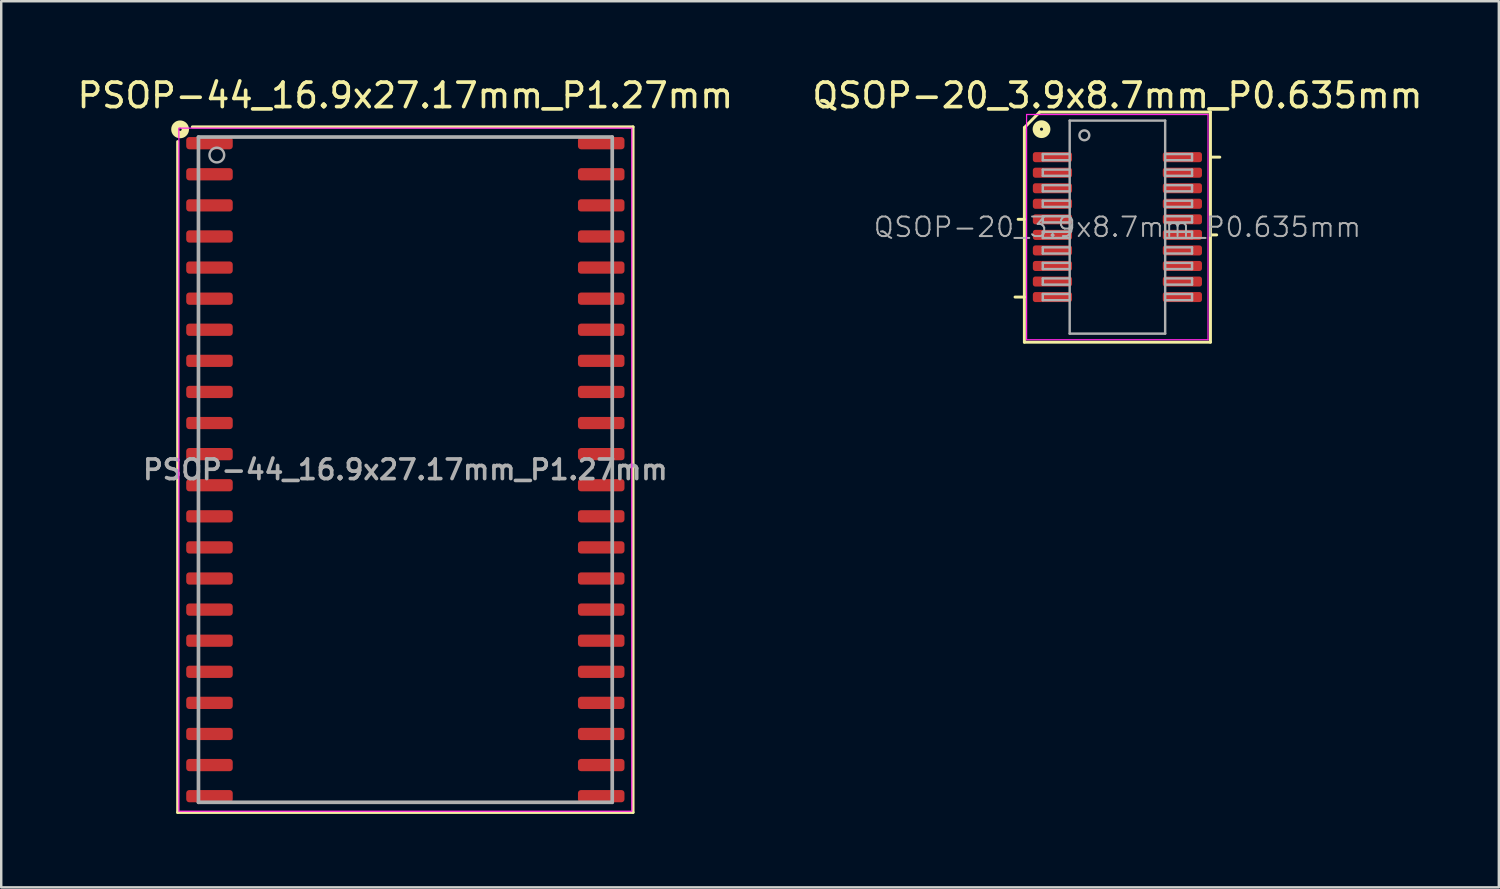
<source format=kicad_pcb>
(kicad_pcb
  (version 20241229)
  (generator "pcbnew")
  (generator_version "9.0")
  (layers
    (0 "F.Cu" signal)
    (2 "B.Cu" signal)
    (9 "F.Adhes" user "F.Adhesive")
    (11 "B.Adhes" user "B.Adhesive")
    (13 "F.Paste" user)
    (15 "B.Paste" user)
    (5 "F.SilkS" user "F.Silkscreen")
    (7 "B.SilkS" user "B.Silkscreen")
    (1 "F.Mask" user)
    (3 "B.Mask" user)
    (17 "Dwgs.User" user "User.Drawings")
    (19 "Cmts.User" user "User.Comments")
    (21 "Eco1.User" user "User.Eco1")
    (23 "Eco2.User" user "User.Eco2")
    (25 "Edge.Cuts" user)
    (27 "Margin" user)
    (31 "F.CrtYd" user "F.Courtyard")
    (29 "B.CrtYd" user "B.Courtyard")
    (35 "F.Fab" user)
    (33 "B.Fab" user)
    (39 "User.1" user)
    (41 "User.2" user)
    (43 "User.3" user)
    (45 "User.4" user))
  (footprint "PSOP-44_16.9x27.17mm_P1.27mm"
    (layer "F.Cu")
    (at 13.506 16.133)
    (property "Reference" "PSOP-44_16.9x27.17mm_P1.27mm" (at 0 -15.285 0) (layer "F.SilkS") (effects (font (size 1 1) (thickness 0.15))))
    (attr smd)
    (fp_line (start -9.3 -13.4) (end -9.3 14) (stroke (width 0.12) (type solid)) (layer "F.SilkS"))
    (fp_line (start -9.3 14) (end 9.3 14) (stroke (width 0.12) (type solid)) (layer "F.SilkS"))
    (fp_line (start 9.3 -14) (end -8.7 -14) (stroke (width 0.12) (type solid)) (layer "F.SilkS"))
    (fp_line (start 9.3 14) (end 9.3 -14) (stroke (width 0.12) (type solid)) (layer "F.SilkS"))
    (fp_circle (center -9.2 -13.9) (end -9.136 -13.9) (stroke (width 0.3) (type solid)) (fill no) (layer "F.SilkS"))
    (fp_rect (start -9.25 -13.95) (end 9.25 13.95) (stroke (width 0.05) (type solid)) (fill no) (layer "F.CrtYd"))
    (fp_line (start -8.45 -13.585) (end 8.45 -13.585) (stroke (width 0.15) (type solid)) (layer "F.Fab"))
    (fp_line (start -8.45 13.585) (end -8.45 -13.585) (stroke (width 0.15) (type solid)) (layer "F.Fab"))
    (fp_line (start 8.45 -13.585) (end 8.45 13.585) (stroke (width 0.15) (type solid)) (layer "F.Fab"))
    (fp_line (start 8.45 13.585) (end -8.45 13.585) (stroke (width 0.15) (type solid)) (layer "F.Fab"))
    (fp_circle (center -7.7 -12.85) (end -7.4 -12.85) (stroke (width 0.1) (type solid)) (fill no) (layer "F.Fab"))
    (fp_text user "${REFERENCE}" (at 0 0 0) (layer "F.Fab") (effects (font (size 0.8 0.8) (thickness 0.15))))
    (pad "1" smd roundrect (at -8 -13.335 270) (size 0.5 1.9) (layers "F.Cu" "F.Mask" "F.Paste") (roundrect_rratio 0.25))
    (pad "2" smd roundrect (at -8 -12.065 270) (size 0.5 1.9) (layers "F.Cu" "F.Mask" "F.Paste") (roundrect_rratio 0.25))
    (pad "3" smd roundrect (at -8 -10.795 270) (size 0.5 1.9) (layers "F.Cu" "F.Mask" "F.Paste") (roundrect_rratio 0.25))
    (pad "4" smd roundrect (at -8 -9.525 270) (size 0.5 1.9) (layers "F.Cu" "F.Mask" "F.Paste") (roundrect_rratio 0.25))
    (pad "5" smd roundrect (at -8 -8.255 270) (size 0.5 1.9) (layers "F.Cu" "F.Mask" "F.Paste") (roundrect_rratio 0.25))
    (pad "6" smd roundrect (at -8 -6.985 270) (size 0.5 1.9) (layers "F.Cu" "F.Mask" "F.Paste") (roundrect_rratio 0.25))
    (pad "7" smd roundrect (at -8 -5.715 270) (size 0.5 1.9) (layers "F.Cu" "F.Mask" "F.Paste") (roundrect_rratio 0.25))
    (pad "8" smd roundrect (at -8 -4.445 270) (size 0.5 1.9) (layers "F.Cu" "F.Mask" "F.Paste") (roundrect_rratio 0.25))
    (pad "9" smd roundrect (at -8 -3.175 270) (size 0.5 1.9) (layers "F.Cu" "F.Mask" "F.Paste") (roundrect_rratio 0.25))
    (pad "10" smd roundrect (at -8 -1.905 270) (size 0.5 1.9) (layers "F.Cu" "F.Mask" "F.Paste") (roundrect_rratio 0.25))
    (pad "11" smd roundrect (at -8 -0.635 270) (size 0.5 1.9) (layers "F.Cu" "F.Mask" "F.Paste") (roundrect_rratio 0.25))
    (pad "12" smd roundrect (at -8 0.635 270) (size 0.5 1.9) (layers "F.Cu" "F.Mask" "F.Paste") (roundrect_rratio 0.25))
    (pad "13" smd roundrect (at -8 1.905 270) (size 0.5 1.9) (layers "F.Cu" "F.Mask" "F.Paste") (roundrect_rratio 0.25))
    (pad "14" smd roundrect (at -8 3.175 270) (size 0.5 1.9) (layers "F.Cu" "F.Mask" "F.Paste") (roundrect_rratio 0.25))
    (pad "15" smd roundrect (at -8 4.445 270) (size 0.5 1.9) (layers "F.Cu" "F.Mask" "F.Paste") (roundrect_rratio 0.25))
    (pad "16" smd roundrect (at -8 5.715 270) (size 0.5 1.9) (layers "F.Cu" "F.Mask" "F.Paste") (roundrect_rratio 0.25))
    (pad "17" smd roundrect (at -8 6.985 270) (size 0.5 1.9) (layers "F.Cu" "F.Mask" "F.Paste") (roundrect_rratio 0.25))
    (pad "18" smd roundrect (at -8 8.255 270) (size 0.5 1.9) (layers "F.Cu" "F.Mask" "F.Paste") (roundrect_rratio 0.25))
    (pad "19" smd roundrect (at -8 9.525 270) (size 0.5 1.9) (layers "F.Cu" "F.Mask" "F.Paste") (roundrect_rratio 0.25))
    (pad "20" smd roundrect (at -8 10.795 270) (size 0.5 1.9) (layers "F.Cu" "F.Mask" "F.Paste") (roundrect_rratio 0.25))
    (pad "21" smd roundrect (at -8 12.065 270) (size 0.5 1.9) (layers "F.Cu" "F.Mask" "F.Paste") (roundrect_rratio 0.25))
    (pad "22" smd roundrect (at -8 13.335 270) (size 0.5 1.9) (layers "F.Cu" "F.Mask" "F.Paste") (roundrect_rratio 0.25))
    (pad "23" smd roundrect (at 8 13.335 270) (size 0.5 1.9) (layers "F.Cu" "F.Mask" "F.Paste") (roundrect_rratio 0.25))
    (pad "24" smd roundrect (at 8 12.065 270) (size 0.5 1.9) (layers "F.Cu" "F.Mask" "F.Paste") (roundrect_rratio 0.25))
    (pad "25" smd roundrect (at 8 10.795 270) (size 0.5 1.9) (layers "F.Cu" "F.Mask" "F.Paste") (roundrect_rratio 0.25))
    (pad "26" smd roundrect (at 8 9.525 270) (size 0.5 1.9) (layers "F.Cu" "F.Mask" "F.Paste") (roundrect_rratio 0.25))
    (pad "27" smd roundrect (at 8 8.255 270) (size 0.5 1.9) (layers "F.Cu" "F.Mask" "F.Paste") (roundrect_rratio 0.25))
    (pad "28" smd roundrect (at 8 6.985 270) (size 0.5 1.9) (layers "F.Cu" "F.Mask" "F.Paste") (roundrect_rratio 0.25))
    (pad "29" smd roundrect (at 8 5.715 270) (size 0.5 1.9) (layers "F.Cu" "F.Mask" "F.Paste") (roundrect_rratio 0.25))
    (pad "30" smd roundrect (at 8 4.445 270) (size 0.5 1.9) (layers "F.Cu" "F.Mask" "F.Paste") (roundrect_rratio 0.25))
    (pad "31" smd roundrect (at 8 3.175 270) (size 0.5 1.9) (layers "F.Cu" "F.Mask" "F.Paste") (roundrect_rratio 0.25))
    (pad "32" smd roundrect (at 8 1.905 270) (size 0.5 1.9) (layers "F.Cu" "F.Mask" "F.Paste") (roundrect_rratio 0.25))
    (pad "33" smd roundrect (at 8 0.635 270) (size 0.5 1.9) (layers "F.Cu" "F.Mask" "F.Paste") (roundrect_rratio 0.25))
    (pad "34" smd roundrect (at 8 -0.635 270) (size 0.5 1.9) (layers "F.Cu" "F.Mask" "F.Paste") (roundrect_rratio 0.25))
    (pad "35" smd roundrect (at 8 -1.905 270) (size 0.5 1.9) (layers "F.Cu" "F.Mask" "F.Paste") (roundrect_rratio 0.25))
    (pad "36" smd roundrect (at 8 -3.175 270) (size 0.5 1.9) (layers "F.Cu" "F.Mask" "F.Paste") (roundrect_rratio 0.25))
    (pad "37" smd roundrect (at 8 -4.445 270) (size 0.5 1.9) (layers "F.Cu" "F.Mask" "F.Paste") (roundrect_rratio 0.25))
    (pad "38" smd roundrect (at 8 -5.715 270) (size 0.5 1.9) (layers "F.Cu" "F.Mask" "F.Paste") (roundrect_rratio 0.25))
    (pad "39" smd roundrect (at 8 -6.985 270) (size 0.5 1.9) (layers "F.Cu" "F.Mask" "F.Paste") (roundrect_rratio 0.25))
    (pad "40" smd roundrect (at 8 -8.255 270) (size 0.5 1.9) (layers "F.Cu" "F.Mask" "F.Paste") (roundrect_rratio 0.25))
    (pad "41" smd roundrect (at 8 -9.525 270) (size 0.5 1.9) (layers "F.Cu" "F.Mask" "F.Paste") (roundrect_rratio 0.25))
    (pad "42" smd roundrect (at 8 -10.795 270) (size 0.5 1.9) (layers "F.Cu" "F.Mask" "F.Paste") (roundrect_rratio 0.25))
    (pad "43" smd roundrect (at 8 -12.065 270) (size 0.5 1.9) (layers "F.Cu" "F.Mask" "F.Paste") (roundrect_rratio 0.25))
    (pad "44" smd roundrect (at 8 -13.335 270) (size 0.5 1.9) (layers "F.Cu" "F.Mask" "F.Paste") (roundrect_rratio 0.25)))
  (footprint "QSOP-20_3.9x8.7mm_P0.635mm"
    (layer "F.Cu")
    (at 42.589 6.226)
    (property "Reference" "QSOP-20_3.9x8.7mm_P0.635mm" (at 0 -5.378 0) (layer "F.SilkS") (effects (font (size 1 1) (thickness 0.15))))
    (attr smd)
    (fp_line (start -3.8 -4.064) (end -3.8 4.7) (stroke (width 0.12) (type solid)) (layer "F.SilkS"))
    (fp_line (start -3.8 -4.064) (end -3.175 -4.7) (stroke (width 0.12) (type solid)) (layer "F.SilkS"))
    (fp_line (start -3.8 -0.318) (end -4.054 -0.318) (stroke (width 0.12) (type solid)) (layer "F.SilkS"))
    (fp_line (start -3.8 2.857) (end -4.181 2.857) (stroke (width 0.12) (type solid)) (layer "F.SilkS"))
    (fp_line (start -3.8 4.7) (end 3.8 4.7) (stroke (width 0.12) (type solid)) (layer "F.SilkS"))
    (fp_line (start 3.8 -4.7) (end -3.175 -4.7) (stroke (width 0.12) (type solid)) (layer "F.SilkS"))
    (fp_line (start 3.8 -2.857) (end 4.181 -2.857) (stroke (width 0.12) (type solid)) (layer "F.SilkS"))
    (fp_line (start 3.8 0.318) (end 4.054 0.318) (stroke (width 0.12) (type solid)) (layer "F.SilkS"))
    (fp_line (start 3.8 4.7) (end 3.8 -4.7) (stroke (width 0.12) (type solid)) (layer "F.SilkS"))
    (fp_circle (center -3.1 -4) (end -3.037 -4) (stroke (width 0.3) (type solid)) (fill no) (layer "F.SilkS"))
    (fp_line (start -3.71 -4.6) (end -3.71 4.6) (stroke (width 0.05) (type solid)) (layer "F.CrtYd"))
    (fp_line (start -3.71 -4.6) (end 3.7 -4.6) (stroke (width 0.05) (type solid)) (layer "F.CrtYd"))
    (fp_line (start -3.71 4.6) (end 3.7 4.6) (stroke (width 0.05) (type solid)) (layer "F.CrtYd"))
    (fp_line (start 3.7 -4.6) (end 3.7 4.6) (stroke (width 0.05) (type solid)) (layer "F.CrtYd"))
    (fp_line (start -3.048 -2.985) (end -3.048 -2.731) (stroke (width 0.1) (type solid)) (layer "F.Fab"))
    (fp_line (start -3.048 -2.985) (end -1.968 -2.985) (stroke (width 0.1) (type solid)) (layer "F.Fab"))
    (fp_line (start -3.048 -2.731) (end -1.968 -2.731) (stroke (width 0.1) (type solid)) (layer "F.Fab"))
    (fp_line (start -3.048 -2.349) (end -3.048 -2.095) (stroke (width 0.1) (type solid)) (layer "F.Fab"))
    (fp_line (start -3.048 -2.349) (end -1.968 -2.349) (stroke (width 0.1) (type solid)) (layer "F.Fab"))
    (fp_line (start -3.048 -2.095) (end -1.968 -2.095) (stroke (width 0.1) (type solid)) (layer "F.Fab"))
    (fp_line (start -3.048 -1.714) (end -3.048 -1.46) (stroke (width 0.1) (type solid)) (layer "F.Fab"))
    (fp_line (start -3.048 -1.714) (end -1.968 -1.714) (stroke (width 0.1) (type solid)) (layer "F.Fab"))
    (fp_line (start -3.048 -1.46) (end -1.968 -1.46) (stroke (width 0.1) (type solid)) (layer "F.Fab"))
    (fp_line (start -3.048 -1.079) (end -3.048 -0.826) (stroke (width 0.1) (type solid)) (layer "F.Fab"))
    (fp_line (start -3.048 -1.079) (end -1.968 -1.079) (stroke (width 0.1) (type solid)) (layer "F.Fab"))
    (fp_line (start -3.048 -0.826) (end -1.968 -0.826) (stroke (width 0.1) (type solid)) (layer "F.Fab"))
    (fp_line (start -3.048 -0.445) (end -3.048 -0.191) (stroke (width 0.1) (type solid)) (layer "F.Fab"))
    (fp_line (start -3.048 -0.445) (end -1.968 -0.445) (stroke (width 0.1) (type solid)) (layer "F.Fab"))
    (fp_line (start -3.048 -0.191) (end -1.968 -0.191) (stroke (width 0.1) (type solid)) (layer "F.Fab"))
    (fp_line (start -3.048 0.191) (end -3.048 0.445) (stroke (width 0.1) (type solid)) (layer "F.Fab"))
    (fp_line (start -3.048 0.191) (end -1.968 0.191) (stroke (width 0.1) (type solid)) (layer "F.Fab"))
    (fp_line (start -3.048 0.445) (end -1.968 0.445) (stroke (width 0.1) (type solid)) (layer "F.Fab"))
    (fp_line (start -3.048 0.826) (end -3.048 1.079) (stroke (width 0.1) (type solid)) (layer "F.Fab"))
    (fp_line (start -3.048 0.826) (end -1.968 0.826) (stroke (width 0.1) (type solid)) (layer "F.Fab"))
    (fp_line (start -3.048 1.079) (end -1.968 1.079) (stroke (width 0.1) (type solid)) (layer "F.Fab"))
    (fp_line (start -3.048 1.46) (end -3.048 1.714) (stroke (width 0.1) (type solid)) (layer "F.Fab"))
    (fp_line (start -3.048 1.46) (end -1.968 1.46) (stroke (width 0.1) (type solid)) (layer "F.Fab"))
    (fp_line (start -3.048 1.714) (end -1.968 1.714) (stroke (width 0.1) (type solid)) (layer "F.Fab"))
    (fp_line (start -3.048 2.095) (end -3.048 2.349) (stroke (width 0.1) (type solid)) (layer "F.Fab"))
    (fp_line (start -3.048 2.095) (end -1.968 2.095) (stroke (width 0.1) (type solid)) (layer "F.Fab"))
    (fp_line (start -3.048 2.349) (end -1.968 2.349) (stroke (width 0.1) (type solid)) (layer "F.Fab"))
    (fp_line (start -3.048 2.731) (end -3.048 2.985) (stroke (width 0.1) (type solid)) (layer "F.Fab"))
    (fp_line (start -3.048 2.731) (end -1.968 2.731) (stroke (width 0.1) (type solid)) (layer "F.Fab"))
    (fp_line (start -3.048 2.985) (end -1.968 2.985) (stroke (width 0.1) (type solid)) (layer "F.Fab"))
    (fp_line (start -1.95 -4.35) (end 1.95 -4.35) (stroke (width 0.1) (type solid)) (layer "F.Fab"))
    (fp_line (start -1.95 4.35) (end -1.95 -4.35) (stroke (width 0.1) (type solid)) (layer "F.Fab"))
    (fp_line (start 1.95 -4.35) (end 1.95 4.35) (stroke (width 0.1) (type solid)) (layer "F.Fab"))
    (fp_line (start 1.95 4.35) (end -1.95 4.35) (stroke (width 0.1) (type solid)) (layer "F.Fab"))
    (fp_line (start 3.048 -2.985) (end 1.968 -2.985) (stroke (width 0.1) (type solid)) (layer "F.Fab"))
    (fp_line (start 3.048 -2.731) (end 1.968 -2.731) (stroke (width 0.1) (type solid)) (layer "F.Fab"))
    (fp_line (start 3.048 -2.731) (end 3.048 -2.985) (stroke (width 0.1) (type solid)) (layer "F.Fab"))
    (fp_line (start 3.048 -2.349) (end 1.968 -2.349) (stroke (width 0.1) (type solid)) (layer "F.Fab"))
    (fp_line (start 3.048 -2.095) (end 1.968 -2.095) (stroke (width 0.1) (type solid)) (layer "F.Fab"))
    (fp_line (start 3.048 -2.095) (end 3.048 -2.349) (stroke (width 0.1) (type solid)) (layer "F.Fab"))
    (fp_line (start 3.048 -1.714) (end 1.968 -1.714) (stroke (width 0.1) (type solid)) (layer "F.Fab"))
    (fp_line (start 3.048 -1.46) (end 1.968 -1.46) (stroke (width 0.1) (type solid)) (layer "F.Fab"))
    (fp_line (start 3.048 -1.46) (end 3.048 -1.714) (stroke (width 0.1) (type solid)) (layer "F.Fab"))
    (fp_line (start 3.048 -1.079) (end 1.968 -1.079) (stroke (width 0.1) (type solid)) (layer "F.Fab"))
    (fp_line (start 3.048 -0.826) (end 1.968 -0.826) (stroke (width 0.1) (type solid)) (layer "F.Fab"))
    (fp_line (start 3.048 -0.826) (end 3.048 -1.079) (stroke (width 0.1) (type solid)) (layer "F.Fab"))
    (fp_line (start 3.048 -0.445) (end 1.968 -0.445) (stroke (width 0.1) (type solid)) (layer "F.Fab"))
    (fp_line (start 3.048 -0.191) (end 1.968 -0.191) (stroke (width 0.1) (type solid)) (layer "F.Fab"))
    (fp_line (start 3.048 -0.191) (end 3.048 -0.445) (stroke (width 0.1) (type solid)) (layer "F.Fab"))
    (fp_line (start 3.048 0.191) (end 1.968 0.191) (stroke (width 0.1) (type solid)) (layer "F.Fab"))
    (fp_line (start 3.048 0.445) (end 1.968 0.445) (stroke (width 0.1) (type solid)) (layer "F.Fab"))
    (fp_line (start 3.048 0.445) (end 3.048 0.191) (stroke (width 0.1) (type solid)) (layer "F.Fab"))
    (fp_line (start 3.048 0.826) (end 1.968 0.826) (stroke (width 0.1) (type solid)) (layer "F.Fab"))
    (fp_line (start 3.048 1.079) (end 1.968 1.079) (stroke (width 0.1) (type solid)) (layer "F.Fab"))
    (fp_line (start 3.048 1.079) (end 3.048 0.826) (stroke (width 0.1) (type solid)) (layer "F.Fab"))
    (fp_line (start 3.048 1.46) (end 1.968 1.46) (stroke (width 0.1) (type solid)) (layer "F.Fab"))
    (fp_line (start 3.048 1.714) (end 1.968 1.714) (stroke (width 0.1) (type solid)) (layer "F.Fab"))
    (fp_line (start 3.048 1.714) (end 3.048 1.46) (stroke (width 0.1) (type solid)) (layer "F.Fab"))
    (fp_line (start 3.048 2.095) (end 1.968 2.095) (stroke (width 0.1) (type solid)) (layer "F.Fab"))
    (fp_line (start 3.048 2.349) (end 1.968 2.349) (stroke (width 0.1) (type solid)) (layer "F.Fab"))
    (fp_line (start 3.048 2.349) (end 3.048 2.095) (stroke (width 0.1) (type solid)) (layer "F.Fab"))
    (fp_line (start 3.048 2.731) (end 1.968 2.731) (stroke (width 0.1) (type solid)) (layer "F.Fab"))
    (fp_line (start 3.048 2.985) (end 1.968 2.985) (stroke (width 0.1) (type solid)) (layer "F.Fab"))
    (fp_line (start 3.048 2.985) (end 3.048 2.731) (stroke (width 0.1) (type solid)) (layer "F.Fab"))
    (fp_circle (center -1.35 -3.75) (end -1.15 -3.75) (stroke (width 0.1) (type solid)) (fill no) (layer "F.Fab"))
    (fp_text user "${REFERENCE}" (at 0 0 0) (layer "F.Fab") (effects (font (size 0.8 0.8) (thickness 0.08))))
    (pad "1" smd roundrect (at -2.654 -2.857) (size 1.6 0.41) (layers "F.Cu" "F.Mask" "F.Paste") (roundrect_rratio 0.25))
    (pad "2" smd roundrect (at -2.654 -2.223) (size 1.6 0.41) (layers "F.Cu" "F.Mask" "F.Paste") (roundrect_rratio 0.25))
    (pad "3" smd roundrect (at -2.654 -1.587) (size 1.6 0.41) (layers "F.Cu" "F.Mask" "F.Paste") (roundrect_rratio 0.25))
    (pad "4" smd roundrect (at -2.654 -0.953) (size 1.6 0.41) (layers "F.Cu" "F.Mask" "F.Paste") (roundrect_rratio 0.25))
    (pad "5" smd roundrect (at -2.654 -0.318) (size 1.6 0.41) (layers "F.Cu" "F.Mask" "F.Paste") (roundrect_rratio 0.25))
    (pad "6" smd roundrect (at -2.654 0.318) (size 1.6 0.41) (layers "F.Cu" "F.Mask" "F.Paste") (roundrect_rratio 0.25))
    (pad "7" smd roundrect (at -2.654 0.953) (size 1.6 0.41) (layers "F.Cu" "F.Mask" "F.Paste") (roundrect_rratio 0.25))
    (pad "8" smd roundrect (at -2.654 1.587) (size 1.6 0.41) (layers "F.Cu" "F.Mask" "F.Paste") (roundrect_rratio 0.25))
    (pad "9" smd roundrect (at -2.654 2.223) (size 1.6 0.41) (layers "F.Cu" "F.Mask" "F.Paste") (roundrect_rratio 0.25))
    (pad "10" smd roundrect (at -2.654 2.857) (size 1.6 0.41) (layers "F.Cu" "F.Mask" "F.Paste") (roundrect_rratio 0.25))
    (pad "11" smd roundrect (at 2.654 2.857) (size 1.6 0.41) (layers "F.Cu" "F.Mask" "F.Paste") (roundrect_rratio 0.25))
    (pad "12" smd roundrect (at 2.654 2.223) (size 1.6 0.41) (layers "F.Cu" "F.Mask" "F.Paste") (roundrect_rratio 0.25))
    (pad "13" smd roundrect (at 2.654 1.587) (size 1.6 0.41) (layers "F.Cu" "F.Mask" "F.Paste") (roundrect_rratio 0.25))
    (pad "14" smd roundrect (at 2.654 0.953) (size 1.6 0.41) (layers "F.Cu" "F.Mask" "F.Paste") (roundrect_rratio 0.25))
    (pad "15" smd roundrect (at 2.654 0.318) (size 1.6 0.41) (layers "F.Cu" "F.Mask" "F.Paste") (roundrect_rratio 0.25))
    (pad "16" smd roundrect (at 2.654 -0.318) (size 1.6 0.41) (layers "F.Cu" "F.Mask" "F.Paste") (roundrect_rratio 0.25))
    (pad "17" smd roundrect (at 2.654 -0.953) (size 1.6 0.41) (layers "F.Cu" "F.Mask" "F.Paste") (roundrect_rratio 0.25))
    (pad "18" smd roundrect (at 2.654 -1.587) (size 1.6 0.41) (layers "F.Cu" "F.Mask" "F.Paste") (roundrect_rratio 0.25))
    (pad "19" smd roundrect (at 2.654 -2.223) (size 1.6 0.41) (layers "F.Cu" "F.Mask" "F.Paste") (roundrect_rratio 0.25))
    (pad "20" smd roundrect (at 2.654 -2.857) (size 1.6 0.41) (layers "F.Cu" "F.Mask" "F.Paste") (roundrect_rratio 0.25)))
  (gr_rect
    (start -3 -3)
    (end 58.167 33.193)
    (stroke (width 0.1) (type default))
    (fill no)
    (layer "Edge.Cuts")))
</source>
